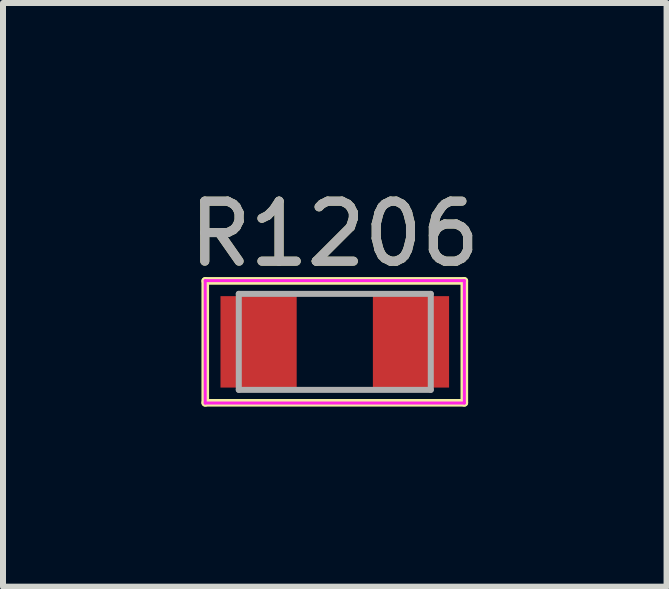
<source format=kicad_pcb>
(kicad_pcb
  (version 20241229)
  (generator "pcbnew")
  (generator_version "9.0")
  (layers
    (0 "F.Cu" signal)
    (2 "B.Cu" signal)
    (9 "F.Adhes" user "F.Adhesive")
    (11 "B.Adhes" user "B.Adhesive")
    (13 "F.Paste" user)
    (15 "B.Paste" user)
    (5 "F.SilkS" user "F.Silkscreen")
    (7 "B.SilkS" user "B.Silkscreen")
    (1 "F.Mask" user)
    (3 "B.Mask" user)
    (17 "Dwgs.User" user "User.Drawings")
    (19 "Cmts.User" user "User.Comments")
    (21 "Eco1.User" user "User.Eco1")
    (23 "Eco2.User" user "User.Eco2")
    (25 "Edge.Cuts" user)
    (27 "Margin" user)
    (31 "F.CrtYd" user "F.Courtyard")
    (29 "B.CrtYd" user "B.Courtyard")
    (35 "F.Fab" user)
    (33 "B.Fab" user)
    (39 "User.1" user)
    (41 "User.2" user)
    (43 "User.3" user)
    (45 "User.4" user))
  (footprint "R1206"
    (layer "F.Cu")
    (at 2.53 2.648)
    (property "Reference" "R1206" (at 0 -1.8 0) (layer "F.SilkS") (effects (font (size 1 1) (thickness 0.15))))
    (attr smd)
    (fp_line (start -2.159 -1.016) (end 2.159 -1.016) (stroke (width 0.127) (type solid)) (layer "F.SilkS"))
    (fp_line (start -2.159 1.016) (end -2.159 -1.016) (stroke (width 0.127) (type solid)) (layer "F.SilkS"))
    (fp_line (start 2.159 -1.016) (end 2.159 1.016) (stroke (width 0.127) (type solid)) (layer "F.SilkS"))
    (fp_line (start 2.159 1.016) (end -2.159 1.016) (stroke (width 0.127) (type solid)) (layer "F.SilkS"))
    (fp_line (start -2.16 -1.02) (end 2.16 -1.02) (stroke (width 0.05) (type solid)) (layer "F.CrtYd"))
    (fp_line (start -2.16 1.02) (end -2.16 -1.02) (stroke (width 0.05) (type solid)) (layer "F.CrtYd"))
    (fp_line (start 2.16 -1.02) (end 2.16 1.02) (stroke (width 0.05) (type solid)) (layer "F.CrtYd"))
    (fp_line (start 2.16 1.02) (end -2.16 1.02) (stroke (width 0.05) (type solid)) (layer "F.CrtYd"))
    (fp_line (start -1.6 -0.8) (end 1.6 -0.8) (stroke (width 0.1) (type solid)) (layer "F.Fab"))
    (fp_line (start -1.6 0.8) (end -1.6 -0.8) (stroke (width 0.1) (type solid)) (layer "F.Fab"))
    (fp_line (start 1.6 -0.8) (end 1.6 0.8) (stroke (width 0.1) (type solid)) (layer "F.Fab"))
    (fp_line (start 1.6 0.8) (end -1.6 0.8) (stroke (width 0.1) (type solid)) (layer "F.Fab"))
    (fp_text user "${REFERENCE}" (at 0 -1.8 0) (layer "F.Fab") (effects (font (size 1 1) (thickness 0.15))))
    (pad "1" smd rect (at -1.27 0) (size 1.27 1.524) (layers "F.Cu" "F.Mask" "F.Paste"))
    (pad "2" smd rect (at 1.27 0) (size 1.27 1.524) (layers "F.Cu" "F.Mask" "F.Paste")))
  (gr_rect
    (start -3 -3)
    (end 8.06 6.728)
    (stroke (width 0.1) (type default))
    (fill no)
    (layer "Edge.Cuts")))
</source>
